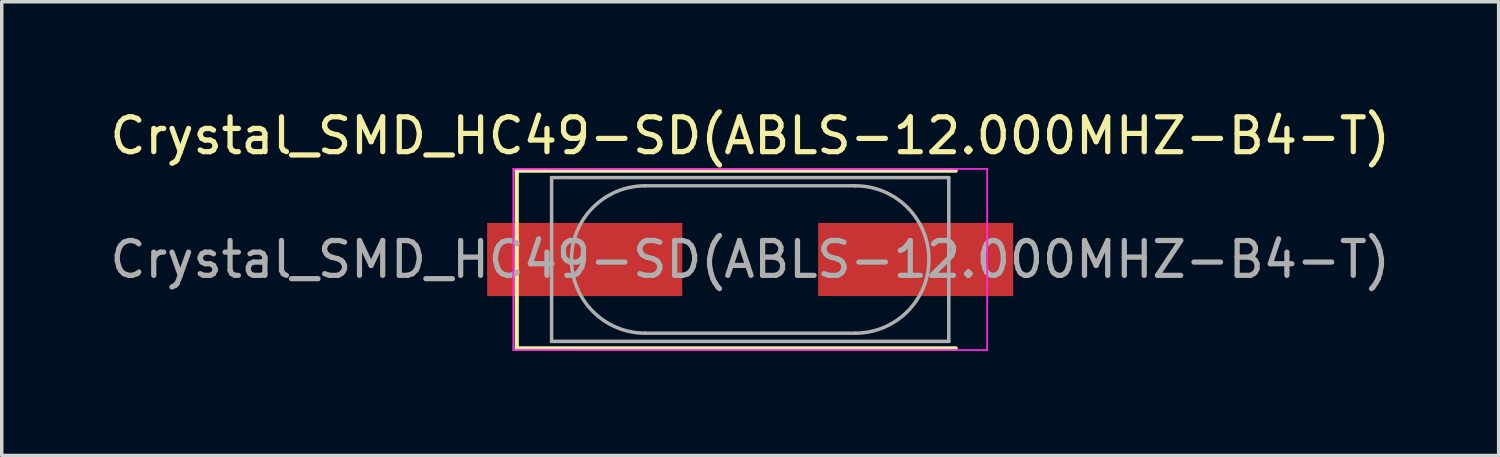
<source format=kicad_pcb>
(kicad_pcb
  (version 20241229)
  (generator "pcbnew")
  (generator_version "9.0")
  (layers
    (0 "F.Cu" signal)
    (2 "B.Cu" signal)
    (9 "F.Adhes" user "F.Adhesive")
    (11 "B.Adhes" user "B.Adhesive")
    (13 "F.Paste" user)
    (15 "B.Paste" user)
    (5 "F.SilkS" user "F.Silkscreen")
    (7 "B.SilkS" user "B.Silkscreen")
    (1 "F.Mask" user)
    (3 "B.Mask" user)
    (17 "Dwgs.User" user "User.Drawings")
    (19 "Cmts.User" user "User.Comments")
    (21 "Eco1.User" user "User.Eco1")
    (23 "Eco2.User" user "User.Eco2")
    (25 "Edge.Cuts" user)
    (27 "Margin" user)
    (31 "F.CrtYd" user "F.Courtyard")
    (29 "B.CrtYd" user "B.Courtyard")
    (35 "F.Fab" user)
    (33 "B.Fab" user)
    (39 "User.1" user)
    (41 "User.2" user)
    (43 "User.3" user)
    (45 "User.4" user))
  (footprint "Crystal_SMD_HC49-SD(ABLS-12.000MHZ-B4-T)"
    (layer "F.Cu")
    (at 18.482 4.398)
    (property "Reference" "Crystal_SMD_HC49-SD(ABLS-12.000MHZ-B4-T)" (at 0 -3.55 0) (layer "F.SilkS") (effects (font (size 1 1) (thickness 0.15))))
    (attr smd)
    (fp_line (start -6.7 -2.55) (end -6.7 2.55) (stroke (width 0.12) (type solid)) (layer "F.SilkS"))
    (fp_line (start -6.7 2.55) (end 5.9 2.55) (stroke (width 0.12) (type solid)) (layer "F.SilkS"))
    (fp_line (start 5.9 -2.55) (end -6.7 -2.55) (stroke (width 0.12) (type solid)) (layer "F.SilkS"))
    (fp_line (start -6.8 -2.6) (end -6.8 2.6) (stroke (width 0.05) (type solid)) (layer "F.CrtYd"))
    (fp_line (start -6.8 2.6) (end 6.8 2.6) (stroke (width 0.05) (type solid)) (layer "F.CrtYd"))
    (fp_line (start 6.8 -2.6) (end -6.8 -2.6) (stroke (width 0.05) (type solid)) (layer "F.CrtYd"))
    (fp_line (start 6.8 2.6) (end 6.8 -2.6) (stroke (width 0.05) (type solid)) (layer "F.CrtYd"))
    (fp_line (start -5.7 -2.35) (end -5.7 2.35) (stroke (width 0.1) (type solid)) (layer "F.Fab"))
    (fp_line (start -5.7 2.35) (end 5.7 2.35) (stroke (width 0.1) (type solid)) (layer "F.Fab"))
    (fp_line (start -3.015 -2.115) (end 3.015 -2.115) (stroke (width 0.1) (type solid)) (layer "F.Fab"))
    (fp_line (start -3.015 2.115) (end 3.015 2.115) (stroke (width 0.1) (type solid)) (layer "F.Fab"))
    (fp_line (start 5.7 -2.35) (end -5.7 -2.35) (stroke (width 0.1) (type solid)) (layer "F.Fab"))
    (fp_line (start 5.7 2.35) (end 5.7 -2.35) (stroke (width 0.1) (type solid)) (layer "F.Fab"))
    (fp_arc (start -3.015 2.115) (mid -5.13 0) (end -3.015 -2.115) (stroke (width 0.1) (type solid)) (layer "F.Fab"))
    (fp_arc (start 3.015 -2.115) (mid 5.13 0) (end 3.015 2.115) (stroke (width 0.1) (type solid)) (layer "F.Fab"))
    (fp_text user "${REFERENCE}" (at 0 0 0) (layer "F.Fab") (effects (font (size 1 1) (thickness 0.15))))
    (pad "1" smd rect (at -4.75 0) (size 5.6 2.1) (layers "F.Cu" "F.Mask" "F.Paste"))
    (pad "2" smd rect (at 4.75 0) (size 5.6 2.1) (layers "F.Cu" "F.Mask" "F.Paste")))
  (gr_rect
    (start -3 -3)
    (end 39.964 10.023)
    (stroke (width 0.1) (type default))
    (fill no)
    (layer "Edge.Cuts")))
</source>
